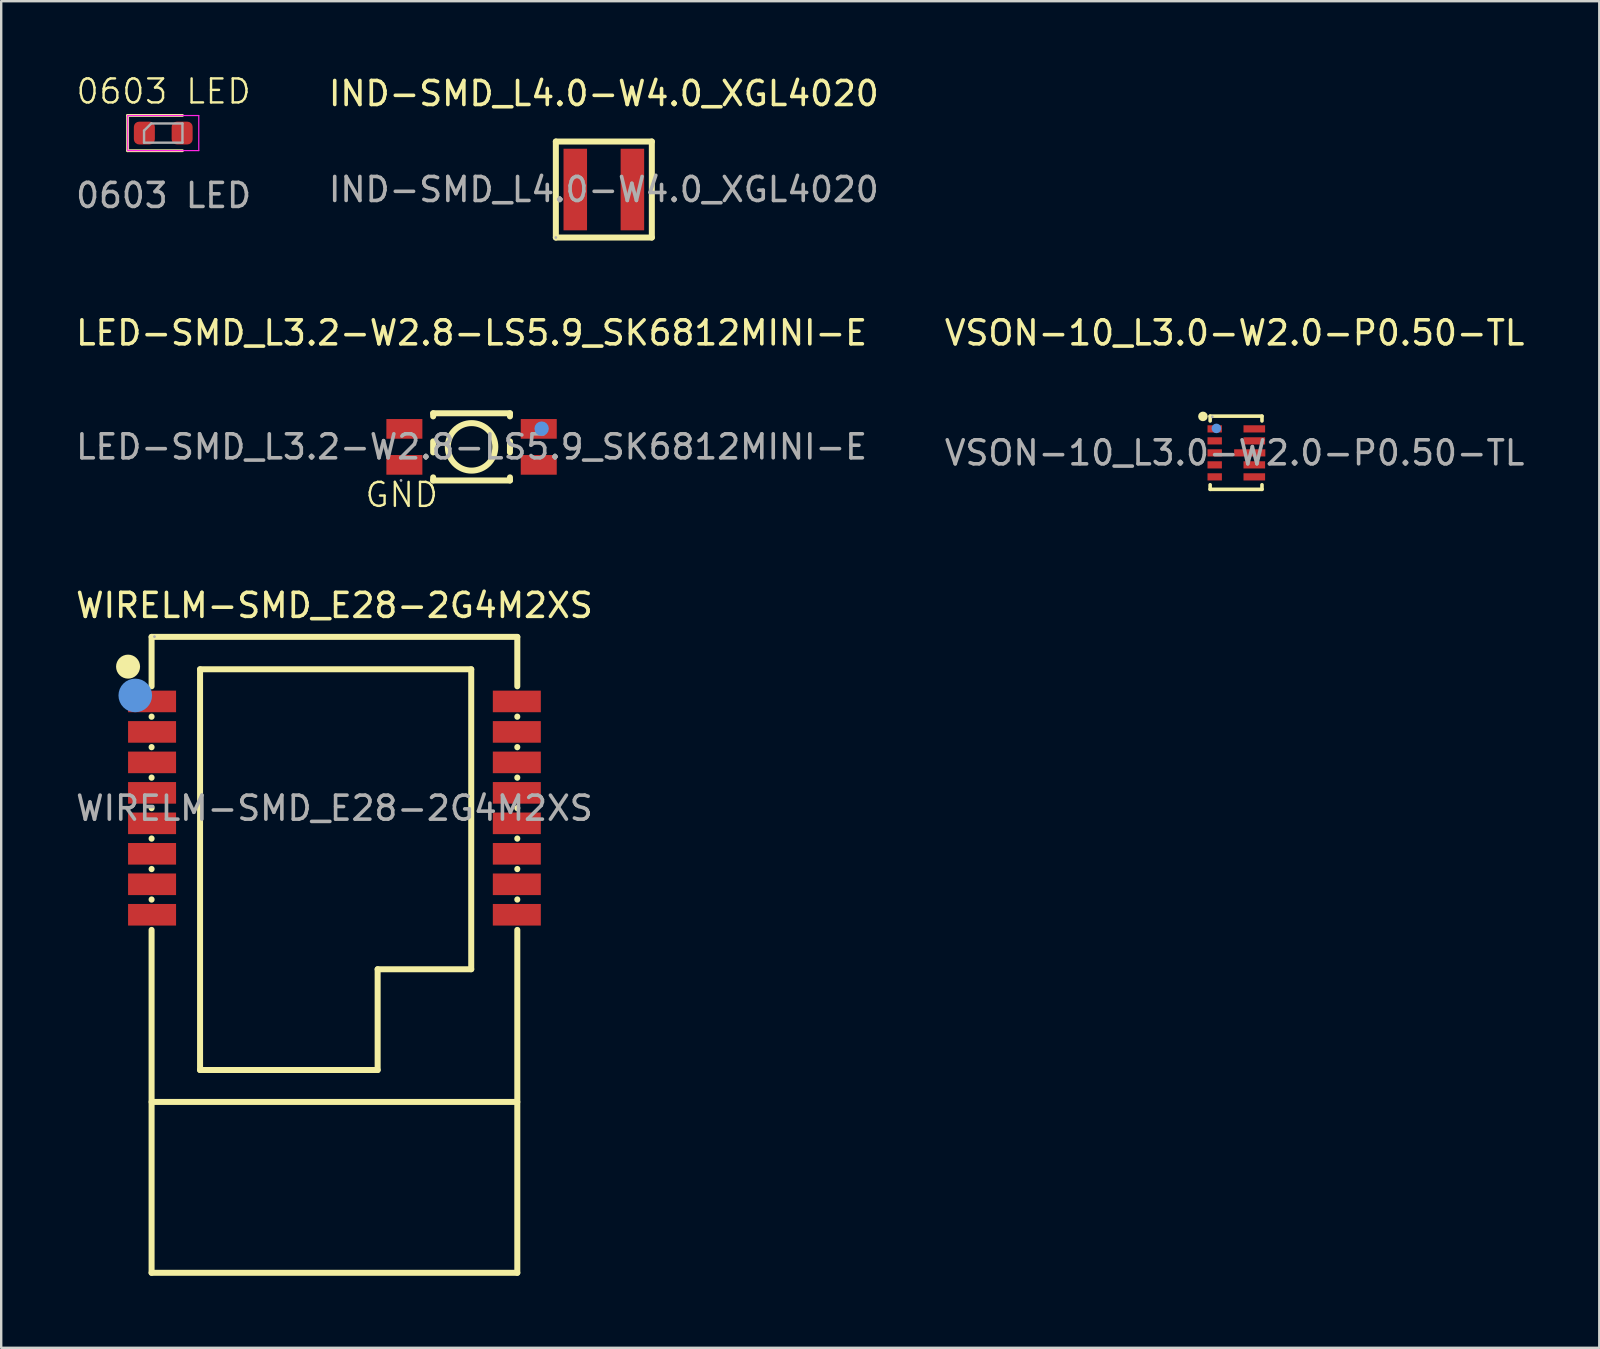
<source format=kicad_pcb>
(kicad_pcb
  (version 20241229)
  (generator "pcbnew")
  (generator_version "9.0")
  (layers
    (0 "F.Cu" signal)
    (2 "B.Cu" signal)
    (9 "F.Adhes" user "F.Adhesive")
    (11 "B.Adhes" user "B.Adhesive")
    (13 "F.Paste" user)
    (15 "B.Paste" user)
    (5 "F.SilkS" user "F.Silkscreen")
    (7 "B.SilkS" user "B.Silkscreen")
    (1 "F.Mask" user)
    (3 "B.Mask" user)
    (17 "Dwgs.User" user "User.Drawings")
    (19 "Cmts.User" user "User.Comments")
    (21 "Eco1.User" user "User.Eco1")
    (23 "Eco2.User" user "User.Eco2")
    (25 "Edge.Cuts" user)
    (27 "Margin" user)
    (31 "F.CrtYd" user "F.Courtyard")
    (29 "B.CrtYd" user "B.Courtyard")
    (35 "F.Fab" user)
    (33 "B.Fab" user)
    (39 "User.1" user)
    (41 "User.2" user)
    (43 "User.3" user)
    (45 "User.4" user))
  (footprint "0603 LED"
    (layer "F.Cu")
    (at 3.768 2.595)
    (property "Reference" "0603 LED" (at 0 -1.835 0) (unlocked yes) (layer "F.SilkS") (effects (font (size 1 1) (thickness 0.1))))
    (attr smd)
    (fp_line (start -1.5 -0.835) (end -1.5 0.635) (stroke (width 0.12) (type solid)) (layer "F.SilkS"))
    (fp_line (start -1.5 0.635) (end 0.785 0.635) (stroke (width 0.12) (type solid)) (layer "F.SilkS"))
    (fp_line (start 0.785 -0.835) (end -1.5 -0.835) (stroke (width 0.12) (type solid)) (layer "F.SilkS"))
    (fp_line (start -1.495 -0.83) (end 1.465 -0.83) (stroke (width 0.05) (type solid)) (layer "F.CrtYd"))
    (fp_line (start -1.495 0.63) (end -1.495 -0.83) (stroke (width 0.05) (type solid)) (layer "F.CrtYd"))
    (fp_line (start 1.465 -0.83) (end 1.465 0.63) (stroke (width 0.05) (type solid)) (layer "F.CrtYd"))
    (fp_line (start 1.465 0.63) (end -1.495 0.63) (stroke (width 0.05) (type solid)) (layer "F.CrtYd"))
    (fp_line (start -0.815 -0.2) (end -0.815 0.3) (stroke (width 0.1) (type solid)) (layer "F.Fab"))
    (fp_line (start -0.815 0.3) (end 0.785 0.3) (stroke (width 0.1) (type solid)) (layer "F.Fab"))
    (fp_line (start -0.515 -0.5) (end -0.815 -0.2) (stroke (width 0.1) (type solid)) (layer "F.Fab"))
    (fp_line (start 0.785 -0.5) (end -0.515 -0.5) (stroke (width 0.1) (type solid)) (layer "F.Fab"))
    (fp_line (start 0.785 0.3) (end 0.785 -0.5) (stroke (width 0.1) (type solid)) (layer "F.Fab"))
    (fp_text user "${REFERENCE}" (at 0 2.5 0) (unlocked yes) (layer "F.Fab") (effects (font (size 1 1) (thickness 0.15))))
    (pad "1" smd roundrect (at -0.802 -0.1) (size 0.875 0.95) (layers "F.Cu" "F.Mask" "F.Paste") (roundrect_rratio 0.25))
    (pad "2" smd roundrect (at 0.772 -0.1) (size 0.875 0.95) (layers "F.Cu" "F.Mask" "F.Paste") (roundrect_rratio 0.25)))
  (footprint "IND-SMD_L4.0-W4.0_XGL4020"
    (layer "F.Cu")
    (at 22.113 4.848)
    (property "Reference" "IND-SMD_L4.0-W4.0_XGL4020" (at 0 -4 0) (layer "F.SilkS") (effects (font (size 1 1) (thickness 0.15))))
    (attr smd)
    (fp_line (start -2 -2) (end -2 2) (stroke (width 0.25) (type solid)) (layer "F.SilkS"))
    (fp_line (start 2 -2) (end -2 -2) (stroke (width 0.25) (type solid)) (layer "F.SilkS"))
    (fp_line (start 2 2) (end -2 2) (stroke (width 0.25) (type solid)) (layer "F.SilkS"))
    (fp_line (start 2 2) (end 2 -2) (stroke (width 0.25) (type solid)) (layer "F.SilkS"))
    (fp_circle (center -2 2) (end -1.97 2) (stroke (width 0.06) (type solid)) (fill no) (layer "F.Fab"))
    (fp_text user "${REFERENCE}" (at 0 0 0) (layer "F.Fab") (effects (font (size 1 1) (thickness 0.15))))
    (pad "1" smd rect (at -1.19 0) (size 0.98 3.4) (layers "F.Cu" "F.Mask" "F.Paste"))
    (pad "2" smd rect (at 1.19 0) (size 0.98 3.4) (layers "F.Cu" "F.Mask" "F.Paste")))
  (footprint "LED-SMD_L3.2-W2.8-LS5.9_SK6812MINI-E"
    (layer "F.Cu")
    (at 16.601 15.572)
    (property "Reference" "LED-SMD_L3.2-W2.8-LS5.9_SK6812MINI-E" (at 0 -4.75 0) (layer "F.SilkS") (effects (font (size 1 1) (thickness 0.15))))
    (attr smd)
    (fp_line (start -1.6 -1.4) (end -1.6 -1.27) (stroke (width 0.25) (type solid)) (layer "F.SilkS"))
    (fp_line (start -1.6 -1.4) (end 1.6 -1.4) (stroke (width 0.25) (type solid)) (layer "F.SilkS"))
    (fp_line (start -1.6 -0.23) (end -1.6 0.23) (stroke (width 0.25) (type solid)) (layer "F.SilkS"))
    (fp_line (start -1.6 1.27) (end -1.6 1.4) (stroke (width 0.25) (type solid)) (layer "F.SilkS"))
    (fp_line (start -1.6 1.4) (end 1.6 1.4) (stroke (width 0.25) (type solid)) (layer "F.SilkS"))
    (fp_line (start 1.6 -1.4) (end 1.6 -1.27) (stroke (width 0.25) (type solid)) (layer "F.SilkS"))
    (fp_line (start 1.6 -0.23) (end 1.6 0.23) (stroke (width 0.25) (type solid)) (layer "F.SilkS"))
    (fp_line (start 1.6 1.27) (end 1.6 1.4) (stroke (width 0.25) (type solid)) (layer "F.SilkS"))
    (fp_circle (center 0 0) (end 0.99 0) (stroke (width 0.25) (type solid)) (fill no) (layer "F.SilkS"))
    (fp_circle (center 2.92 -0.76) (end 3.07 -0.76) (stroke (width 0.3) (type solid)) (fill no) (layer "Cmts.User"))
    (fp_circle (center -2.94 1.4) (end -2.91 1.4) (stroke (width 0.06) (type solid)) (fill no) (layer "F.Fab"))
    (fp_text user "GND" (at -4.5 2 0) (layer "F.SilkS") (effects (font (size 1 1) (thickness 0.1)) (justify left)))
    (fp_text user "${REFERENCE}" (at 0 0 0) (layer "F.Fab") (effects (font (size 1 1) (thickness 0.15))))
    (pad "1" smd rect (at -2.8 0.75 90) (size 0.82 1.5) (layers "F.Cu" "F.Mask" "F.Paste"))
    (pad "1" smd rect (at 2.8 -0.75 90) (size 0.82 1.5) (layers "F.Cu" "F.Mask" "F.Paste"))
    (pad "2" smd rect (at 2.8 0.75 90) (size 0.82 1.5) (layers "F.Cu" "F.Mask" "F.Paste"))
    (pad "4" smd rect (at -2.8 -0.75 90) (size 0.82 1.5) (layers "F.Cu" "F.Mask" "F.Paste")))
  (footprint "VSON-10_L3.0-W2.0-P0.50-TL"
    (layer "F.Cu")
    (at 48.399 15.822)
    (property "Reference" "VSON-10_L3.0-W2.0-P0.50-TL" (at 0 -5 0) (layer "F.SilkS") (effects (font (size 1 1) (thickness 0.15))))
    (attr smd)
    (fp_line (start -1.02 -1.53) (end -1.02 -1.33) (stroke (width 0.15) (type solid)) (layer "F.SilkS"))
    (fp_line (start -1.02 1.33) (end -1.02 1.52) (stroke (width 0.15) (type solid)) (layer "F.SilkS"))
    (fp_line (start -1.02 1.52) (end 1.14 1.52) (stroke (width 0.15) (type solid)) (layer "F.SilkS"))
    (fp_line (start 1.14 -1.53) (end -1.02 -1.53) (stroke (width 0.15) (type solid)) (layer "F.SilkS"))
    (fp_line (start 1.14 -1.33) (end 1.14 -1.53) (stroke (width 0.15) (type solid)) (layer "F.SilkS"))
    (fp_line (start 1.14 1.52) (end 1.14 1.33) (stroke (width 0.15) (type solid)) (layer "F.SilkS"))
    (fp_circle (center -1.32 -1.52) (end -1.22 -1.52) (stroke (width 0.2) (type solid)) (fill no) (layer "F.SilkS"))
    (fp_circle (center -0.76 -1.02) (end -0.66 -1.02) (stroke (width 0.2) (type solid)) (fill no) (layer "Cmts.User"))
    (fp_circle (center -0.93 -1.5) (end -0.9 -1.5) (stroke (width 0.06) (type solid)) (fill no) (layer "F.Fab"))
    (fp_text user "${REFERENCE}" (at 0 0 0) (layer "F.Fab") (effects (font (size 1 1) (thickness 0.15))))
    (pad "1" smd rect (at -0.83 -1 270) (size 0.3 0.6) (layers "F.Cu" "F.Mask" "F.Paste"))
    (pad "2" smd rect (at -0.83 -0.5 270) (size 0.3 0.6) (layers "F.Cu" "F.Mask" "F.Paste"))
    (pad "3" smd rect (at -0.83 0 270) (size 0.3 0.6) (layers "F.Cu" "F.Mask" "F.Paste"))
    (pad "4" smd rect (at -0.83 0.5 270) (size 0.3 0.6) (layers "F.Cu" "F.Mask" "F.Paste"))
    (pad "5" smd rect (at -0.83 1 270) (size 0.3 0.6) (layers "F.Cu" "F.Mask" "F.Paste"))
    (pad "6" smd rect (at 0.82 1 270) (size 0.3 0.9) (layers "F.Cu" "F.Mask" "F.Paste"))
    (pad "7" smd rect (at 0.82 0.5 270) (size 0.3 0.9) (layers "F.Cu" "F.Mask" "F.Paste"))
    (pad "8" smd rect (at 0.63 0 270) (size 0.3 1.3) (layers "F.Cu" "F.Mask" "F.Paste"))
    (pad "9" smd rect (at 0.82 -0.5 270) (size 0.3 0.9) (layers "F.Cu" "F.Mask" "F.Paste"))
    (pad "10" smd rect (at 0.82 -1 270) (size 0.3 0.9) (layers "F.Cu" "F.Mask" "F.Paste")))
  (footprint "WIRELM-SMD_E28-2G4M2XS"
    (layer "F.Cu")
    (at 10.887 30.63)
    (property "Reference" "WIRELM-SMD_E28-2G4M2XS" (at 0 -8.45 0) (layer "F.SilkS") (effects (font (size 1 1) (thickness 0.15))))
    (attr smd)
    (fp_line (start -7.62 -7.14) (end -7.62 -5.08) (stroke (width 0.25) (type solid)) (layer "F.SilkS"))
    (fp_line (start -7.62 -7.14) (end 7.62 -7.14) (stroke (width 0.25) (type solid)) (layer "F.SilkS"))
    (fp_line (start -7.62 -3.82) (end -7.62 -3.81) (stroke (width 0.25) (type solid)) (layer "F.SilkS"))
    (fp_line (start -7.62 -2.55) (end -7.62 -2.54) (stroke (width 0.25) (type solid)) (layer "F.SilkS"))
    (fp_line (start -7.62 -1.28) (end -7.62 -1.27) (stroke (width 0.25) (type solid)) (layer "F.SilkS"))
    (fp_line (start -7.62 -0.01) (end -7.62 0) (stroke (width 0.25) (type solid)) (layer "F.SilkS"))
    (fp_line (start -7.62 1.26) (end -7.62 1.27) (stroke (width 0.25) (type solid)) (layer "F.SilkS"))
    (fp_line (start -7.62 2.53) (end -7.62 2.54) (stroke (width 0.25) (type solid)) (layer "F.SilkS"))
    (fp_line (start -7.62 3.8) (end -7.62 3.81) (stroke (width 0.25) (type solid)) (layer "F.SilkS"))
    (fp_line (start -7.62 5.07) (end -7.62 19.36) (stroke (width 0.25) (type solid)) (layer "F.SilkS"))
    (fp_line (start -7.62 12.24) (end 7.62 12.24) (stroke (width 0.25) (type solid)) (layer "F.SilkS"))
    (fp_line (start -7.62 19.36) (end 7.62 19.36) (stroke (width 0.25) (type solid)) (layer "F.SilkS"))
    (fp_line (start -5.6 -5.79) (end 5.7 -5.79) (stroke (width 0.25) (type solid)) (layer "F.SilkS"))
    (fp_line (start -5.6 10.91) (end -5.6 -5.79) (stroke (width 0.25) (type solid)) (layer "F.SilkS"))
    (fp_line (start 1.8 6.71) (end 1.8 10.91) (stroke (width 0.25) (type solid)) (layer "F.SilkS"))
    (fp_line (start 1.8 10.91) (end -5.6 10.91) (stroke (width 0.25) (type solid)) (layer "F.SilkS"))
    (fp_line (start 5.7 -5.79) (end 5.7 6.71) (stroke (width 0.25) (type solid)) (layer "F.SilkS"))
    (fp_line (start 5.7 6.71) (end 1.8 6.71) (stroke (width 0.25) (type solid)) (layer "F.SilkS"))
    (fp_line (start 7.62 -7.14) (end 7.62 -5.08) (stroke (width 0.25) (type solid)) (layer "F.SilkS"))
    (fp_line (start 7.62 -3.82) (end 7.62 -3.81) (stroke (width 0.25) (type solid)) (layer "F.SilkS"))
    (fp_line (start 7.62 -2.55) (end 7.62 -2.54) (stroke (width 0.25) (type solid)) (layer "F.SilkS"))
    (fp_line (start 7.62 -1.28) (end 7.62 -1.27) (stroke (width 0.25) (type solid)) (layer "F.SilkS"))
    (fp_line (start 7.62 -0.01) (end 7.62 0) (stroke (width 0.25) (type solid)) (layer "F.SilkS"))
    (fp_line (start 7.62 1.26) (end 7.62 1.27) (stroke (width 0.25) (type solid)) (layer "F.SilkS"))
    (fp_line (start 7.62 2.53) (end 7.62 2.54) (stroke (width 0.25) (type solid)) (layer "F.SilkS"))
    (fp_line (start 7.62 3.8) (end 7.62 3.81) (stroke (width 0.25) (type solid)) (layer "F.SilkS"))
    (fp_line (start 7.62 5.07) (end 7.62 19.36) (stroke (width 0.25) (type solid)) (layer "F.SilkS"))
    (fp_circle (center -8.6 -5.9) (end -8.35 -5.9) (stroke (width 0.5) (type solid)) (fill no) (layer "F.SilkS"))
    (fp_circle (center -8.3 -4.7) (end -7.95 -4.7) (stroke (width 0.7) (type solid)) (fill no) (layer "Cmts.User"))
    (fp_circle (center -7.5 -7.15) (end -7.47 -7.15) (stroke (width 0.06) (type solid)) (fill no) (layer "F.Fab"))
    (fp_text user "${REFERENCE}" (at 0 0 0) (layer "F.Fab") (effects (font (size 1 1) (thickness 0.15))))
    (pad "1" smd rect (at -7.6 -4.45) (size 2 0.9) (layers "F.Cu" "F.Mask" "F.Paste"))
    (pad "2" smd rect (at -7.6 -3.18) (size 2 0.9) (layers "F.Cu" "F.Mask" "F.Paste"))
    (pad "3" smd rect (at -7.6 -1.91) (size 2 0.9) (layers "F.Cu" "F.Mask" "F.Paste"))
    (pad "4" smd rect (at -7.6 -0.64) (size 2 0.9) (layers "F.Cu" "F.Mask" "F.Paste"))
    (pad "5" smd rect (at -7.6 0.63) (size 2 0.9) (layers "F.Cu" "F.Mask" "F.Paste"))
    (pad "6" smd rect (at -7.6 1.9) (size 2 0.9) (layers "F.Cu" "F.Mask" "F.Paste"))
    (pad "7" smd rect (at -7.6 3.17) (size 2 0.9) (layers "F.Cu" "F.Mask" "F.Paste"))
    (pad "8" smd rect (at -7.6 4.44) (size 2 0.9) (layers "F.Cu" "F.Mask" "F.Paste"))
    (pad "9" smd rect (at 7.6 4.44) (size 2 0.9) (layers "F.Cu" "F.Mask" "F.Paste"))
    (pad "10" smd rect (at 7.6 3.17) (size 2 0.9) (layers "F.Cu" "F.Mask" "F.Paste"))
    (pad "11" smd rect (at 7.6 1.9) (size 2 0.9) (layers "F.Cu" "F.Mask" "F.Paste"))
    (pad "12" smd rect (at 7.6 0.63) (size 2 0.9) (layers "F.Cu" "F.Mask" "F.Paste"))
    (pad "13" smd rect (at 7.6 -0.64) (size 2 0.9) (layers "F.Cu" "F.Mask" "F.Paste"))
    (pad "14" smd rect (at 7.6 -1.91) (size 2 0.9) (layers "F.Cu" "F.Mask" "F.Paste"))
    (pad "15" smd rect (at 7.6 -3.18) (size 2 0.9) (layers "F.Cu" "F.Mask" "F.Paste"))
    (pad "16" smd rect (at 7.6 -4.45) (size 2 0.9) (layers "F.Cu" "F.Mask" "F.Paste")))
  (gr_rect
    (start -3 -3)
    (end 63.595 53.115)
    (stroke (width 0.1) (type default))
    (fill no)
    (layer "Edge.Cuts")))
</source>
